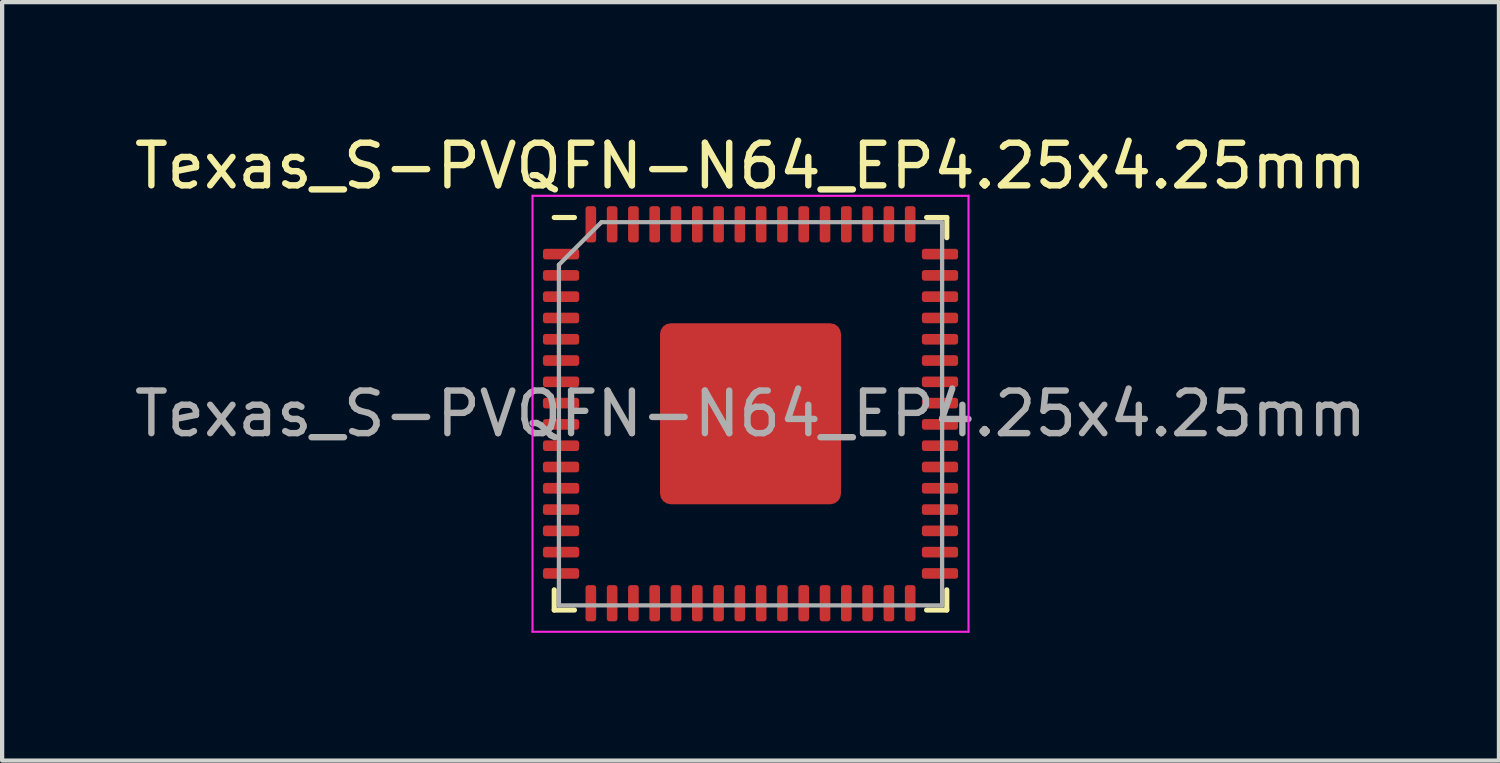
<source format=kicad_pcb>
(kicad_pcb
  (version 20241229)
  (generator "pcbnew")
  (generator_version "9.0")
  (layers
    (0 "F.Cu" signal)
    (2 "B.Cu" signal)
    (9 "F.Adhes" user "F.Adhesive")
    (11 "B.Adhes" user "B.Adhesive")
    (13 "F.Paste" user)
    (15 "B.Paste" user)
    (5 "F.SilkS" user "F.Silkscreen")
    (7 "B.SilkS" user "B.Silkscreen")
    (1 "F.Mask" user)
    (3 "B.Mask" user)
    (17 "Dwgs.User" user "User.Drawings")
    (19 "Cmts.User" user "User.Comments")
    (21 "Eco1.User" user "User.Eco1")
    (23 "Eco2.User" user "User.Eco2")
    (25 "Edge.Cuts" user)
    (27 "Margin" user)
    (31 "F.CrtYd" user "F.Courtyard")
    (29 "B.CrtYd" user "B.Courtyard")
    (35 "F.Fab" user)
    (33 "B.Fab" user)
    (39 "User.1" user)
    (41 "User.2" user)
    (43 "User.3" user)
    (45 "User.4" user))
  (footprint "Texas_S-PVQFN-N64_EP4.25x4.25mm"
    (layer "F.Cu")
    (at 14.577 6.668)
    (property "Reference" "Texas_S-PVQFN-N64_EP4.25x4.25mm" (at 0 -5.82 0) (layer "F.SilkS") (effects (font (size 1 1) (thickness 0.15))))
    (attr smd)
    (fp_line (start -4.61 4.61) (end -4.61 4.135) (stroke (width 0.12) (type solid)) (layer "F.SilkS"))
    (fp_line (start -4.135 -4.61) (end -4.61 -4.61) (stroke (width 0.12) (type solid)) (layer "F.SilkS"))
    (fp_line (start -4.135 4.61) (end -4.61 4.61) (stroke (width 0.12) (type solid)) (layer "F.SilkS"))
    (fp_line (start 4.135 -4.61) (end 4.61 -4.61) (stroke (width 0.12) (type solid)) (layer "F.SilkS"))
    (fp_line (start 4.135 4.61) (end 4.61 4.61) (stroke (width 0.12) (type solid)) (layer "F.SilkS"))
    (fp_line (start 4.61 -4.61) (end 4.61 -4.135) (stroke (width 0.12) (type solid)) (layer "F.SilkS"))
    (fp_line (start 4.61 4.61) (end 4.61 4.135) (stroke (width 0.12) (type solid)) (layer "F.SilkS"))
    (fp_line (start -5.12 -5.12) (end -5.12 5.12) (stroke (width 0.05) (type solid)) (layer "F.CrtYd"))
    (fp_line (start -5.12 5.12) (end 5.12 5.12) (stroke (width 0.05) (type solid)) (layer "F.CrtYd"))
    (fp_line (start 5.12 -5.12) (end -5.12 -5.12) (stroke (width 0.05) (type solid)) (layer "F.CrtYd"))
    (fp_line (start 5.12 5.12) (end 5.12 -5.12) (stroke (width 0.05) (type solid)) (layer "F.CrtYd"))
    (fp_line (start -4.5 -3.5) (end -3.5 -4.5) (stroke (width 0.1) (type solid)) (layer "F.Fab"))
    (fp_line (start -4.5 4.5) (end -4.5 -3.5) (stroke (width 0.1) (type solid)) (layer "F.Fab"))
    (fp_line (start -3.5 -4.5) (end 4.5 -4.5) (stroke (width 0.1) (type solid)) (layer "F.Fab"))
    (fp_line (start 4.5 -4.5) (end 4.5 4.5) (stroke (width 0.1) (type solid)) (layer "F.Fab"))
    (fp_line (start 4.5 4.5) (end -4.5 4.5) (stroke (width 0.1) (type solid)) (layer "F.Fab"))
    (fp_text user "${REFERENCE}" (at 0 0 0) (layer "F.Fab") (effects (font (size 1 1) (thickness 0.15))))
    (pad "" smd roundrect (at -1.06 -1.06) (size 1.71 1.71) (layers "F.Paste") (roundrect_rratio 0.146))
    (pad "" smd roundrect (at -1.06 1.06) (size 1.71 1.71) (layers "F.Paste") (roundrect_rratio 0.146))
    (pad "" smd roundrect (at 1.06 -1.06) (size 1.71 1.71) (layers "F.Paste") (roundrect_rratio 0.146))
    (pad "" smd roundrect (at 1.06 1.06) (size 1.71 1.71) (layers "F.Paste") (roundrect_rratio 0.146))
    (pad "1" smd roundrect (at -4.45 -3.75) (size 0.85 0.25) (layers "F.Cu" "F.Mask" "F.Paste") (roundrect_rratio 0.25))
    (pad "2" smd roundrect (at -4.45 -3.25) (size 0.85 0.25) (layers "F.Cu" "F.Mask" "F.Paste") (roundrect_rratio 0.25))
    (pad "3" smd roundrect (at -4.45 -2.75) (size 0.85 0.25) (layers "F.Cu" "F.Mask" "F.Paste") (roundrect_rratio 0.25))
    (pad "4" smd roundrect (at -4.45 -2.25) (size 0.85 0.25) (layers "F.Cu" "F.Mask" "F.Paste") (roundrect_rratio 0.25))
    (pad "5" smd roundrect (at -4.45 -1.75) (size 0.85 0.25) (layers "F.Cu" "F.Mask" "F.Paste") (roundrect_rratio 0.25))
    (pad "6" smd roundrect (at -4.45 -1.25) (size 0.85 0.25) (layers "F.Cu" "F.Mask" "F.Paste") (roundrect_rratio 0.25))
    (pad "7" smd roundrect (at -4.45 -0.75) (size 0.85 0.25) (layers "F.Cu" "F.Mask" "F.Paste") (roundrect_rratio 0.25))
    (pad "8" smd roundrect (at -4.45 -0.25) (size 0.85 0.25) (layers "F.Cu" "F.Mask" "F.Paste") (roundrect_rratio 0.25))
    (pad "9" smd roundrect (at -4.45 0.25) (size 0.85 0.25) (layers "F.Cu" "F.Mask" "F.Paste") (roundrect_rratio 0.25))
    (pad "10" smd roundrect (at -4.45 0.75) (size 0.85 0.25) (layers "F.Cu" "F.Mask" "F.Paste") (roundrect_rratio 0.25))
    (pad "11" smd roundrect (at -4.45 1.25) (size 0.85 0.25) (layers "F.Cu" "F.Mask" "F.Paste") (roundrect_rratio 0.25))
    (pad "12" smd roundrect (at -4.45 1.75) (size 0.85 0.25) (layers "F.Cu" "F.Mask" "F.Paste") (roundrect_rratio 0.25))
    (pad "13" smd roundrect (at -4.45 2.25) (size 0.85 0.25) (layers "F.Cu" "F.Mask" "F.Paste") (roundrect_rratio 0.25))
    (pad "14" smd roundrect (at -4.45 2.75) (size 0.85 0.25) (layers "F.Cu" "F.Mask" "F.Paste") (roundrect_rratio 0.25))
    (pad "15" smd roundrect (at -4.45 3.25) (size 0.85 0.25) (layers "F.Cu" "F.Mask" "F.Paste") (roundrect_rratio 0.25))
    (pad "16" smd roundrect (at -4.45 3.75) (size 0.85 0.25) (layers "F.Cu" "F.Mask" "F.Paste") (roundrect_rratio 0.25))
    (pad "17" smd roundrect (at -3.75 4.45) (size 0.25 0.85) (layers "F.Cu" "F.Mask" "F.Paste") (roundrect_rratio 0.25))
    (pad "18" smd roundrect (at -3.25 4.45) (size 0.25 0.85) (layers "F.Cu" "F.Mask" "F.Paste") (roundrect_rratio 0.25))
    (pad "19" smd roundrect (at -2.75 4.45) (size 0.25 0.85) (layers "F.Cu" "F.Mask" "F.Paste") (roundrect_rratio 0.25))
    (pad "20" smd roundrect (at -2.25 4.45) (size 0.25 0.85) (layers "F.Cu" "F.Mask" "F.Paste") (roundrect_rratio 0.25))
    (pad "21" smd roundrect (at -1.75 4.45) (size 0.25 0.85) (layers "F.Cu" "F.Mask" "F.Paste") (roundrect_rratio 0.25))
    (pad "22" smd roundrect (at -1.25 4.45) (size 0.25 0.85) (layers "F.Cu" "F.Mask" "F.Paste") (roundrect_rratio 0.25))
    (pad "23" smd roundrect (at -0.75 4.45) (size 0.25 0.85) (layers "F.Cu" "F.Mask" "F.Paste") (roundrect_rratio 0.25))
    (pad "24" smd roundrect (at -0.25 4.45) (size 0.25 0.85) (layers "F.Cu" "F.Mask" "F.Paste") (roundrect_rratio 0.25))
    (pad "25" smd roundrect (at 0.25 4.45) (size 0.25 0.85) (layers "F.Cu" "F.Mask" "F.Paste") (roundrect_rratio 0.25))
    (pad "26" smd roundrect (at 0.75 4.45) (size 0.25 0.85) (layers "F.Cu" "F.Mask" "F.Paste") (roundrect_rratio 0.25))
    (pad "27" smd roundrect (at 1.25 4.45) (size 0.25 0.85) (layers "F.Cu" "F.Mask" "F.Paste") (roundrect_rratio 0.25))
    (pad "28" smd roundrect (at 1.75 4.45) (size 0.25 0.85) (layers "F.Cu" "F.Mask" "F.Paste") (roundrect_rratio 0.25))
    (pad "29" smd roundrect (at 2.25 4.45) (size 0.25 0.85) (layers "F.Cu" "F.Mask" "F.Paste") (roundrect_rratio 0.25))
    (pad "30" smd roundrect (at 2.75 4.45) (size 0.25 0.85) (layers "F.Cu" "F.Mask" "F.Paste") (roundrect_rratio 0.25))
    (pad "31" smd roundrect (at 3.25 4.45) (size 0.25 0.85) (layers "F.Cu" "F.Mask" "F.Paste") (roundrect_rratio 0.25))
    (pad "32" smd roundrect (at 3.75 4.45) (size 0.25 0.85) (layers "F.Cu" "F.Mask" "F.Paste") (roundrect_rratio 0.25))
    (pad "33" smd roundrect (at 4.45 3.75) (size 0.85 0.25) (layers "F.Cu" "F.Mask" "F.Paste") (roundrect_rratio 0.25))
    (pad "34" smd roundrect (at 4.45 3.25) (size 0.85 0.25) (layers "F.Cu" "F.Mask" "F.Paste") (roundrect_rratio 0.25))
    (pad "35" smd roundrect (at 4.45 2.75) (size 0.85 0.25) (layers "F.Cu" "F.Mask" "F.Paste") (roundrect_rratio 0.25))
    (pad "36" smd roundrect (at 4.45 2.25) (size 0.85 0.25) (layers "F.Cu" "F.Mask" "F.Paste") (roundrect_rratio 0.25))
    (pad "37" smd roundrect (at 4.45 1.75) (size 0.85 0.25) (layers "F.Cu" "F.Mask" "F.Paste") (roundrect_rratio 0.25))
    (pad "38" smd roundrect (at 4.45 1.25) (size 0.85 0.25) (layers "F.Cu" "F.Mask" "F.Paste") (roundrect_rratio 0.25))
    (pad "39" smd roundrect (at 4.45 0.75) (size 0.85 0.25) (layers "F.Cu" "F.Mask" "F.Paste") (roundrect_rratio 0.25))
    (pad "40" smd roundrect (at 4.45 0.25) (size 0.85 0.25) (layers "F.Cu" "F.Mask" "F.Paste") (roundrect_rratio 0.25))
    (pad "41" smd roundrect (at 4.45 -0.25) (size 0.85 0.25) (layers "F.Cu" "F.Mask" "F.Paste") (roundrect_rratio 0.25))
    (pad "42" smd roundrect (at 4.45 -0.75) (size 0.85 0.25) (layers "F.Cu" "F.Mask" "F.Paste") (roundrect_rratio 0.25))
    (pad "43" smd roundrect (at 4.45 -1.25) (size 0.85 0.25) (layers "F.Cu" "F.Mask" "F.Paste") (roundrect_rratio 0.25))
    (pad "44" smd roundrect (at 4.45 -1.75) (size 0.85 0.25) (layers "F.Cu" "F.Mask" "F.Paste") (roundrect_rratio 0.25))
    (pad "45" smd roundrect (at 4.45 -2.25) (size 0.85 0.25) (layers "F.Cu" "F.Mask" "F.Paste") (roundrect_rratio 0.25))
    (pad "46" smd roundrect (at 4.45 -2.75) (size 0.85 0.25) (layers "F.Cu" "F.Mask" "F.Paste") (roundrect_rratio 0.25))
    (pad "47" smd roundrect (at 4.45 -3.25) (size 0.85 0.25) (layers "F.Cu" "F.Mask" "F.Paste") (roundrect_rratio 0.25))
    (pad "48" smd roundrect (at 4.45 -3.75) (size 0.85 0.25) (layers "F.Cu" "F.Mask" "F.Paste") (roundrect_rratio 0.25))
    (pad "49" smd roundrect (at 3.75 -4.45) (size 0.25 0.85) (layers "F.Cu" "F.Mask" "F.Paste") (roundrect_rratio 0.25))
    (pad "50" smd roundrect (at 3.25 -4.45) (size 0.25 0.85) (layers "F.Cu" "F.Mask" "F.Paste") (roundrect_rratio 0.25))
    (pad "51" smd roundrect (at 2.75 -4.45) (size 0.25 0.85) (layers "F.Cu" "F.Mask" "F.Paste") (roundrect_rratio 0.25))
    (pad "52" smd roundrect (at 2.25 -4.45) (size 0.25 0.85) (layers "F.Cu" "F.Mask" "F.Paste") (roundrect_rratio 0.25))
    (pad "53" smd roundrect (at 1.75 -4.45) (size 0.25 0.85) (layers "F.Cu" "F.Mask" "F.Paste") (roundrect_rratio 0.25))
    (pad "54" smd roundrect (at 1.25 -4.45) (size 0.25 0.85) (layers "F.Cu" "F.Mask" "F.Paste") (roundrect_rratio 0.25))
    (pad "55" smd roundrect (at 0.75 -4.45) (size 0.25 0.85) (layers "F.Cu" "F.Mask" "F.Paste") (roundrect_rratio 0.25))
    (pad "56" smd roundrect (at 0.25 -4.45) (size 0.25 0.85) (layers "F.Cu" "F.Mask" "F.Paste") (roundrect_rratio 0.25))
    (pad "57" smd roundrect (at -0.25 -4.45) (size 0.25 0.85) (layers "F.Cu" "F.Mask" "F.Paste") (roundrect_rratio 0.25))
    (pad "58" smd roundrect (at -0.75 -4.45) (size 0.25 0.85) (layers "F.Cu" "F.Mask" "F.Paste") (roundrect_rratio 0.25))
    (pad "59" smd roundrect (at -1.25 -4.45) (size 0.25 0.85) (layers "F.Cu" "F.Mask" "F.Paste") (roundrect_rratio 0.25))
    (pad "60" smd roundrect (at -1.75 -4.45) (size 0.25 0.85) (layers "F.Cu" "F.Mask" "F.Paste") (roundrect_rratio 0.25))
    (pad "61" smd roundrect (at -2.25 -4.45) (size 0.25 0.85) (layers "F.Cu" "F.Mask" "F.Paste") (roundrect_rratio 0.25))
    (pad "62" smd roundrect (at -2.75 -4.45) (size 0.25 0.85) (layers "F.Cu" "F.Mask" "F.Paste") (roundrect_rratio 0.25))
    (pad "63" smd roundrect (at -3.25 -4.45) (size 0.25 0.85) (layers "F.Cu" "F.Mask" "F.Paste") (roundrect_rratio 0.25))
    (pad "64" smd roundrect (at -3.75 -4.45) (size 0.25 0.85) (layers "F.Cu" "F.Mask" "F.Paste") (roundrect_rratio 0.25))
    (pad "65" smd roundrect (at 0 0) (size 4.25 4.25) (layers "F.Cu" "F.Mask") (roundrect_rratio 0.059)))
  (gr_rect
    (start -3 -3)
    (end 32.155 14.813)
    (stroke (width 0.1) (type default))
    (fill no)
    (layer "Edge.Cuts")))
</source>
